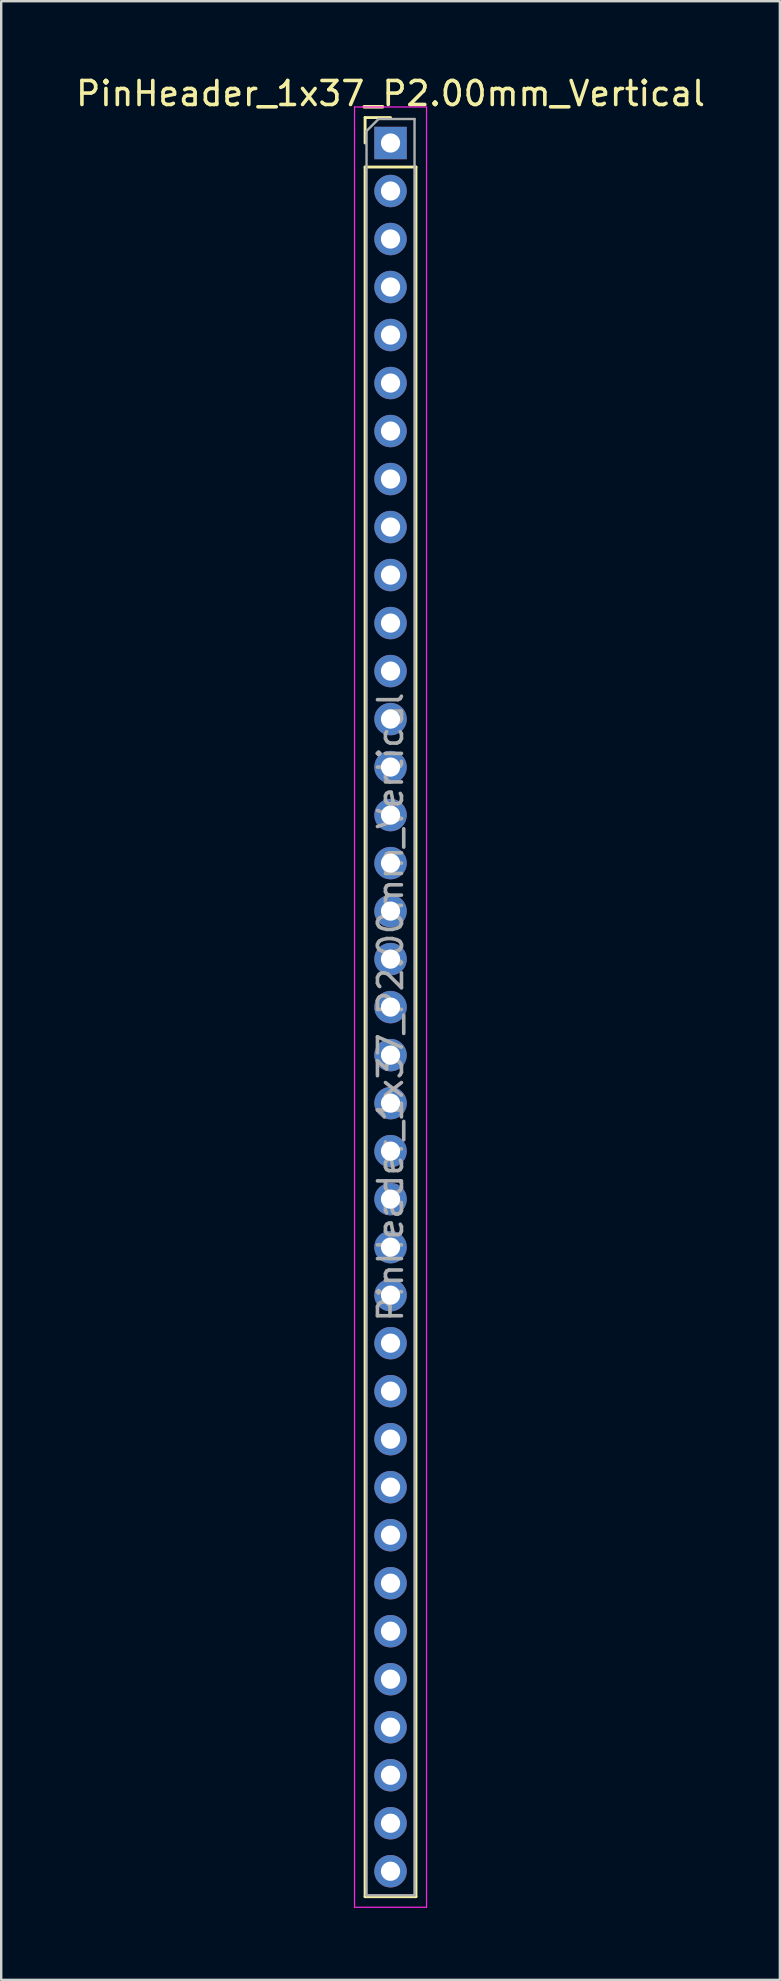
<source format=kicad_pcb>
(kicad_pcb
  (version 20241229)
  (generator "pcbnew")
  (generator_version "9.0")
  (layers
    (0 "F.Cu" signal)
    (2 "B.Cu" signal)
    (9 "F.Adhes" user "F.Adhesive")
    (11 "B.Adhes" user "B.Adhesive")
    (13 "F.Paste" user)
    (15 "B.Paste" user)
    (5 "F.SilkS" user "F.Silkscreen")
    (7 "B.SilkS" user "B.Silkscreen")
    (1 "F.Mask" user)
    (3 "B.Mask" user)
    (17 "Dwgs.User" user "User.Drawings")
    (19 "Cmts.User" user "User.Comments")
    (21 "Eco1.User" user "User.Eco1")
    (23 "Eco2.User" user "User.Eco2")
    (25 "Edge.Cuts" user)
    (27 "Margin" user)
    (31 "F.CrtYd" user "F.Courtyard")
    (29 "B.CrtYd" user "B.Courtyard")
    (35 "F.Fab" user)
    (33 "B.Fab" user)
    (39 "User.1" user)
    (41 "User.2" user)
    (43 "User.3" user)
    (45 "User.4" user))
  (footprint "PinHeader_1x37_P2.00mm_Vertical"
    (layer "F.Cu")
    (at 13.22 2.908)
    (property "Reference" "PinHeader_1x37_P2.00mm_Vertical" (at 0 -2.06 0) (layer "F.SilkS") (effects (font (size 1 1) (thickness 0.15))))
    (attr through_hole)
    (fp_line (start -1.06 -1.06) (end 0 -1.06) (stroke (width 0.12) (type solid)) (layer "F.SilkS"))
    (fp_line (start -1.06 0) (end -1.06 -1.06) (stroke (width 0.12) (type solid)) (layer "F.SilkS"))
    (fp_line (start -1.06 1) (end -1.06 73.06) (stroke (width 0.12) (type solid)) (layer "F.SilkS"))
    (fp_line (start -1.06 1) (end 1.06 1) (stroke (width 0.12) (type solid)) (layer "F.SilkS"))
    (fp_line (start -1.06 73.06) (end 1.06 73.06) (stroke (width 0.12) (type solid)) (layer "F.SilkS"))
    (fp_line (start 1.06 1) (end 1.06 73.06) (stroke (width 0.12) (type solid)) (layer "F.SilkS"))
    (fp_line (start -1.5 -1.5) (end -1.5 73.5) (stroke (width 0.05) (type solid)) (layer "F.CrtYd"))
    (fp_line (start -1.5 73.5) (end 1.5 73.5) (stroke (width 0.05) (type solid)) (layer "F.CrtYd"))
    (fp_line (start 1.5 -1.5) (end -1.5 -1.5) (stroke (width 0.05) (type solid)) (layer "F.CrtYd"))
    (fp_line (start 1.5 73.5) (end 1.5 -1.5) (stroke (width 0.05) (type solid)) (layer "F.CrtYd"))
    (fp_line (start -1 -0.5) (end -0.5 -1) (stroke (width 0.1) (type solid)) (layer "F.Fab"))
    (fp_line (start -1 73) (end -1 -0.5) (stroke (width 0.1) (type solid)) (layer "F.Fab"))
    (fp_line (start -0.5 -1) (end 1 -1) (stroke (width 0.1) (type solid)) (layer "F.Fab"))
    (fp_line (start 1 -1) (end 1 73) (stroke (width 0.1) (type solid)) (layer "F.Fab"))
    (fp_line (start 1 73) (end -1 73) (stroke (width 0.1) (type solid)) (layer "F.Fab"))
    (fp_text user "${REFERENCE}" (at 0 36 90) (layer "F.Fab") (effects (font (size 1 1) (thickness 0.15))))
    (pad "1" thru_hole rect (at 0 0) (size 1.35 1.35) (drill 0.8) (layers "*.Cu" "*.Mask"))
    (pad "2" thru_hole oval (at 0 2) (size 1.35 1.35) (drill 0.8) (layers "*.Cu" "*.Mask"))
    (pad "3" thru_hole oval (at 0 4) (size 1.35 1.35) (drill 0.8) (layers "*.Cu" "*.Mask"))
    (pad "4" thru_hole oval (at 0 6) (size 1.35 1.35) (drill 0.8) (layers "*.Cu" "*.Mask"))
    (pad "5" thru_hole oval (at 0 8) (size 1.35 1.35) (drill 0.8) (layers "*.Cu" "*.Mask"))
    (pad "6" thru_hole oval (at 0 10) (size 1.35 1.35) (drill 0.8) (layers "*.Cu" "*.Mask"))
    (pad "7" thru_hole oval (at 0 12) (size 1.35 1.35) (drill 0.8) (layers "*.Cu" "*.Mask"))
    (pad "8" thru_hole oval (at 0 14) (size 1.35 1.35) (drill 0.8) (layers "*.Cu" "*.Mask"))
    (pad "9" thru_hole oval (at 0 16) (size 1.35 1.35) (drill 0.8) (layers "*.Cu" "*.Mask"))
    (pad "10" thru_hole oval (at 0 18) (size 1.35 1.35) (drill 0.8) (layers "*.Cu" "*.Mask"))
    (pad "11" thru_hole oval (at 0 20) (size 1.35 1.35) (drill 0.8) (layers "*.Cu" "*.Mask"))
    (pad "12" thru_hole oval (at 0 22) (size 1.35 1.35) (drill 0.8) (layers "*.Cu" "*.Mask"))
    (pad "13" thru_hole oval (at 0 24) (size 1.35 1.35) (drill 0.8) (layers "*.Cu" "*.Mask"))
    (pad "14" thru_hole oval (at 0 26) (size 1.35 1.35) (drill 0.8) (layers "*.Cu" "*.Mask"))
    (pad "15" thru_hole oval (at 0 28) (size 1.35 1.35) (drill 0.8) (layers "*.Cu" "*.Mask"))
    (pad "16" thru_hole oval (at 0 30) (size 1.35 1.35) (drill 0.8) (layers "*.Cu" "*.Mask"))
    (pad "17" thru_hole oval (at 0 32) (size 1.35 1.35) (drill 0.8) (layers "*.Cu" "*.Mask"))
    (pad "18" thru_hole oval (at 0 34) (size 1.35 1.35) (drill 0.8) (layers "*.Cu" "*.Mask"))
    (pad "19" thru_hole oval (at 0 36) (size 1.35 1.35) (drill 0.8) (layers "*.Cu" "*.Mask"))
    (pad "20" thru_hole oval (at 0 38) (size 1.35 1.35) (drill 0.8) (layers "*.Cu" "*.Mask"))
    (pad "21" thru_hole oval (at 0 40) (size 1.35 1.35) (drill 0.8) (layers "*.Cu" "*.Mask"))
    (pad "22" thru_hole oval (at 0 42) (size 1.35 1.35) (drill 0.8) (layers "*.Cu" "*.Mask"))
    (pad "23" thru_hole oval (at 0 44) (size 1.35 1.35) (drill 0.8) (layers "*.Cu" "*.Mask"))
    (pad "24" thru_hole oval (at 0 46) (size 1.35 1.35) (drill 0.8) (layers "*.Cu" "*.Mask"))
    (pad "25" thru_hole oval (at 0 48) (size 1.35 1.35) (drill 0.8) (layers "*.Cu" "*.Mask"))
    (pad "26" thru_hole oval (at 0 50) (size 1.35 1.35) (drill 0.8) (layers "*.Cu" "*.Mask"))
    (pad "27" thru_hole oval (at 0 52) (size 1.35 1.35) (drill 0.8) (layers "*.Cu" "*.Mask"))
    (pad "28" thru_hole oval (at 0 54) (size 1.35 1.35) (drill 0.8) (layers "*.Cu" "*.Mask"))
    (pad "29" thru_hole oval (at 0 56) (size 1.35 1.35) (drill 0.8) (layers "*.Cu" "*.Mask"))
    (pad "30" thru_hole oval (at 0 58) (size 1.35 1.35) (drill 0.8) (layers "*.Cu" "*.Mask"))
    (pad "31" thru_hole oval (at 0 60) (size 1.35 1.35) (drill 0.8) (layers "*.Cu" "*.Mask"))
    (pad "32" thru_hole oval (at 0 62) (size 1.35 1.35) (drill 0.8) (layers "*.Cu" "*.Mask"))
    (pad "33" thru_hole oval (at 0 64) (size 1.35 1.35) (drill 0.8) (layers "*.Cu" "*.Mask"))
    (pad "34" thru_hole oval (at 0 66) (size 1.35 1.35) (drill 0.8) (layers "*.Cu" "*.Mask"))
    (pad "35" thru_hole oval (at 0 68) (size 1.35 1.35) (drill 0.8) (layers "*.Cu" "*.Mask"))
    (pad "36" thru_hole oval (at 0 70) (size 1.35 1.35) (drill 0.8) (layers "*.Cu" "*.Mask"))
    (pad "37" thru_hole oval (at 0 72) (size 1.35 1.35) (drill 0.8) (layers "*.Cu" "*.Mask")))
  (gr_rect
    (start -3 -3)
    (end 29.44 79.433)
    (stroke (width 0.1) (type default))
    (fill no)
    (layer "Edge.Cuts")))
</source>
